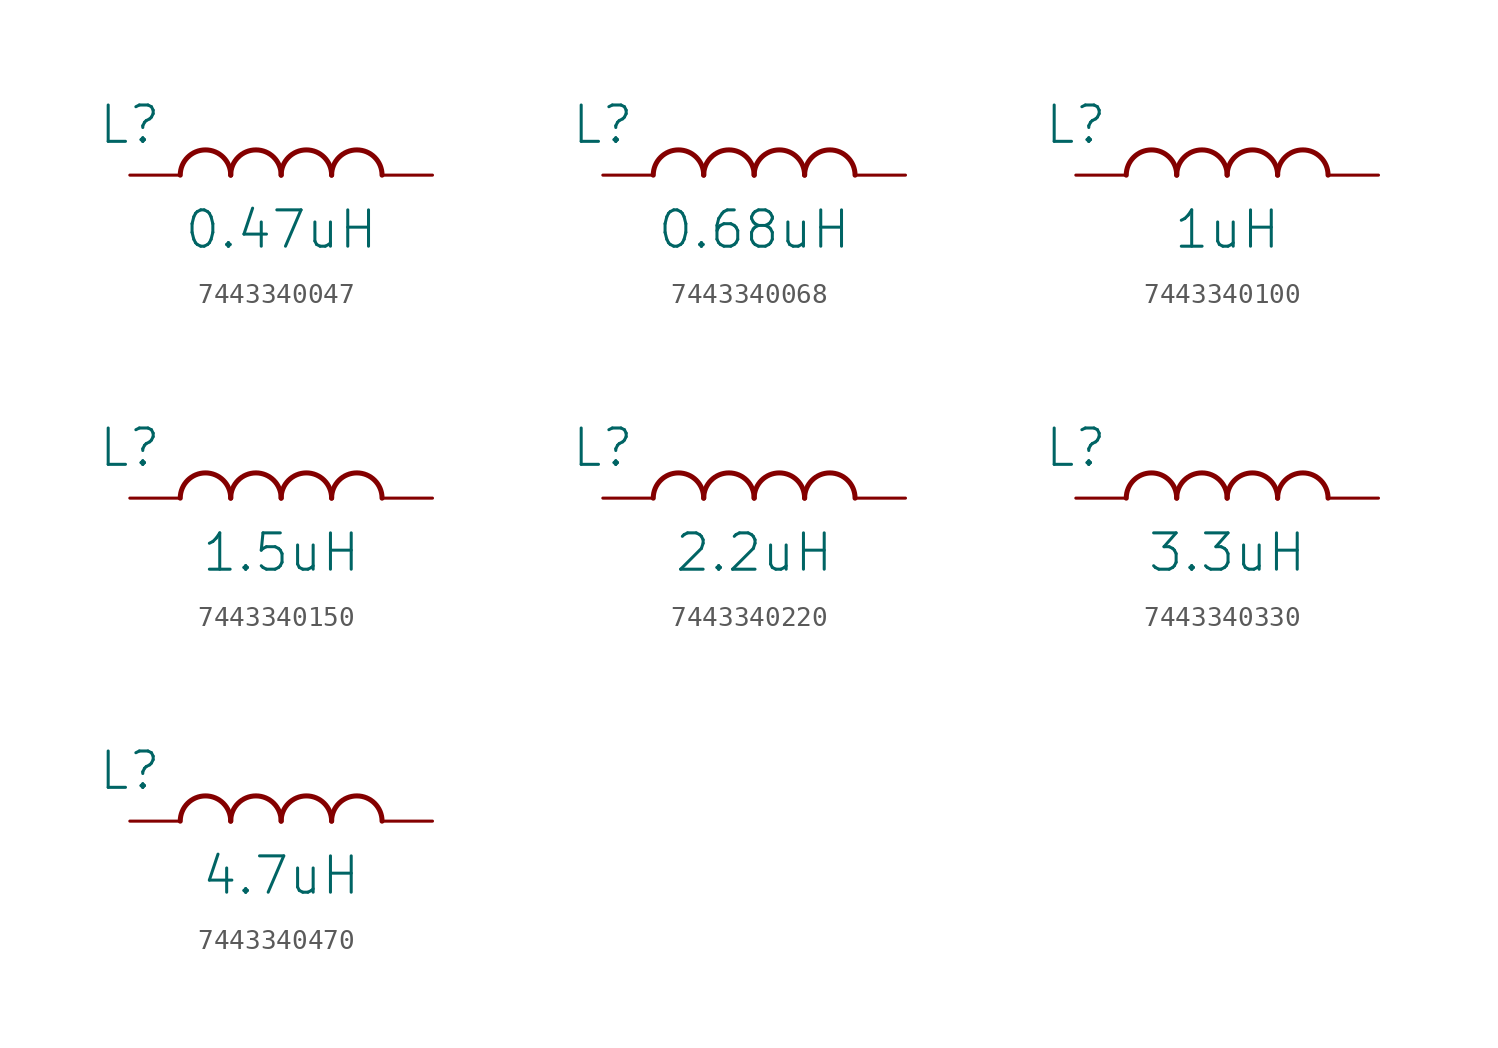
<source format=kicad_sym>
(kicad_symbol_lib
  (version 20231120)
  (generator "kicad_symbol_editor")
  (generator_version "8.0")
  (symbol "7443340047"
    (property "Reference" "L"
      (at 0 2.54 0)
      (effects (font (size 1.829 1.829))))
    (property "Value" "0.47uH"
      (at 7.62 -3.81 0)
      (effects (font (size 1.829 1.829)) (justify bottom)))
    (symbol "7443340047_1_0"
      (arc (start 5.08 0) (mid 3.81 1.27) (end 2.54 0) (stroke (width 0.254) (type solid)) (fill (type none)))
      (arc (start 7.62 0) (mid 6.35 1.27) (end 5.08 0) (stroke (width 0.254) (type solid)) (fill (type none)))
      (arc (start 10.16 0) (mid 8.89 1.27) (end 7.62 0) (stroke (width 0.254) (type solid)) (fill (type none)))
      (arc (start 12.7 0) (mid 11.43 1.27) (end 10.16 0) (stroke (width 0.254) (type solid)) (fill (type none)))
      (pin passive line (at 0 0 0) (length 2.54) (name "1" (effects (font (size 0 0)))) (number "1" (effects (font (size 0 0)))))
      (pin passive line (at 15.24 0 180) (length 2.54) (name "2" (effects (font (size 0 0)))) (number "2" (effects (font (size 0 0)))))))
  (symbol "7443340068"
    (property "Reference" "L"
      (at 0 2.54 0)
      (effects (font (size 1.829 1.829))))
    (property "Value" "0.68uH"
      (at 7.62 -3.81 0)
      (effects (font (size 1.829 1.829)) (justify bottom)))
    (symbol "7443340068_1_0"
      (arc (start 5.08 0) (mid 3.81 1.27) (end 2.54 0) (stroke (width 0.254) (type solid)) (fill (type none)))
      (arc (start 7.62 0) (mid 6.35 1.27) (end 5.08 0) (stroke (width 0.254) (type solid)) (fill (type none)))
      (arc (start 10.16 0) (mid 8.89 1.27) (end 7.62 0) (stroke (width 0.254) (type solid)) (fill (type none)))
      (arc (start 12.7 0) (mid 11.43 1.27) (end 10.16 0) (stroke (width 0.254) (type solid)) (fill (type none)))
      (pin passive line (at 0 0 0) (length 2.54) (name "1" (effects (font (size 0 0)))) (number "1" (effects (font (size 0 0)))))
      (pin passive line (at 15.24 0 180) (length 2.54) (name "2" (effects (font (size 0 0)))) (number "2" (effects (font (size 0 0)))))))
  (symbol "7443340100"
    (property "Reference" "L"
      (at 0 2.54 0)
      (effects (font (size 1.829 1.829))))
    (property "Value" "1uH"
      (at 7.62 -3.81 0)
      (effects (font (size 1.829 1.829)) (justify bottom)))
    (symbol "7443340100_1_0"
      (arc (start 5.08 0) (mid 3.81 1.27) (end 2.54 0) (stroke (width 0.254) (type solid)) (fill (type none)))
      (arc (start 7.62 0) (mid 6.35 1.27) (end 5.08 0) (stroke (width 0.254) (type solid)) (fill (type none)))
      (arc (start 10.16 0) (mid 8.89 1.27) (end 7.62 0) (stroke (width 0.254) (type solid)) (fill (type none)))
      (arc (start 12.7 0) (mid 11.43 1.27) (end 10.16 0) (stroke (width 0.254) (type solid)) (fill (type none)))
      (pin passive line (at 0 0 0) (length 2.54) (name "1" (effects (font (size 0 0)))) (number "1" (effects (font (size 0 0)))))
      (pin passive line (at 15.24 0 180) (length 2.54) (name "2" (effects (font (size 0 0)))) (number "2" (effects (font (size 0 0)))))))
  (symbol "7443340150"
    (property "Reference" "L"
      (at 0 2.54 0)
      (effects (font (size 1.829 1.829))))
    (property "Value" "1.5uH"
      (at 7.62 -3.81 0)
      (effects (font (size 1.829 1.829)) (justify bottom)))
    (symbol "7443340150_1_0"
      (arc (start 5.08 0) (mid 3.81 1.27) (end 2.54 0) (stroke (width 0.254) (type solid)) (fill (type none)))
      (arc (start 7.62 0) (mid 6.35 1.27) (end 5.08 0) (stroke (width 0.254) (type solid)) (fill (type none)))
      (arc (start 10.16 0) (mid 8.89 1.27) (end 7.62 0) (stroke (width 0.254) (type solid)) (fill (type none)))
      (arc (start 12.7 0) (mid 11.43 1.27) (end 10.16 0) (stroke (width 0.254) (type solid)) (fill (type none)))
      (pin passive line (at 0 0 0) (length 2.54) (name "1" (effects (font (size 0 0)))) (number "1" (effects (font (size 0 0)))))
      (pin passive line (at 15.24 0 180) (length 2.54) (name "2" (effects (font (size 0 0)))) (number "2" (effects (font (size 0 0)))))))
  (symbol "7443340220"
    (property "Reference" "L"
      (at 0 2.54 0)
      (effects (font (size 1.829 1.829))))
    (property "Value" "2.2uH"
      (at 7.62 -3.81 0)
      (effects (font (size 1.829 1.829)) (justify bottom)))
    (symbol "7443340220_1_0"
      (arc (start 5.08 0) (mid 3.81 1.27) (end 2.54 0) (stroke (width 0.254) (type solid)) (fill (type none)))
      (arc (start 7.62 0) (mid 6.35 1.27) (end 5.08 0) (stroke (width 0.254) (type solid)) (fill (type none)))
      (arc (start 10.16 0) (mid 8.89 1.27) (end 7.62 0) (stroke (width 0.254) (type solid)) (fill (type none)))
      (arc (start 12.7 0) (mid 11.43 1.27) (end 10.16 0) (stroke (width 0.254) (type solid)) (fill (type none)))
      (pin passive line (at 0 0 0) (length 2.54) (name "1" (effects (font (size 0 0)))) (number "1" (effects (font (size 0 0)))))
      (pin passive line (at 15.24 0 180) (length 2.54) (name "2" (effects (font (size 0 0)))) (number "2" (effects (font (size 0 0)))))))
  (symbol "7443340330"
    (property "Reference" "L"
      (at 0 2.54 0)
      (effects (font (size 1.829 1.829))))
    (property "Value" "3.3uH"
      (at 7.62 -3.81 0)
      (effects (font (size 1.829 1.829)) (justify bottom)))
    (symbol "7443340330_1_0"
      (arc (start 5.08 0) (mid 3.81 1.27) (end 2.54 0) (stroke (width 0.254) (type solid)) (fill (type none)))
      (arc (start 7.62 0) (mid 6.35 1.27) (end 5.08 0) (stroke (width 0.254) (type solid)) (fill (type none)))
      (arc (start 10.16 0) (mid 8.89 1.27) (end 7.62 0) (stroke (width 0.254) (type solid)) (fill (type none)))
      (arc (start 12.7 0) (mid 11.43 1.27) (end 10.16 0) (stroke (width 0.254) (type solid)) (fill (type none)))
      (pin passive line (at 0 0 0) (length 2.54) (name "1" (effects (font (size 0 0)))) (number "1" (effects (font (size 0 0)))))
      (pin passive line (at 15.24 0 180) (length 2.54) (name "2" (effects (font (size 0 0)))) (number "2" (effects (font (size 0 0)))))))
  (symbol "7443340470"
    (property "Reference" "L"
      (at 0 2.54 0)
      (effects (font (size 1.829 1.829))))
    (property "Value" "4.7uH"
      (at 7.62 -3.81 0)
      (effects (font (size 1.829 1.829)) (justify bottom)))
    (symbol "7443340470_1_0"
      (arc (start 5.08 0) (mid 3.81 1.27) (end 2.54 0) (stroke (width 0.254) (type solid)) (fill (type none)))
      (arc (start 7.62 0) (mid 6.35 1.27) (end 5.08 0) (stroke (width 0.254) (type solid)) (fill (type none)))
      (arc (start 10.16 0) (mid 8.89 1.27) (end 7.62 0) (stroke (width 0.254) (type solid)) (fill (type none)))
      (arc (start 12.7 0) (mid 11.43 1.27) (end 10.16 0) (stroke (width 0.254) (type solid)) (fill (type none)))
      (pin passive line (at 0 0 0) (length 2.54) (name "1" (effects (font (size 0 0)))) (number "1" (effects (font (size 0 0)))))
      (pin passive line (at 15.24 0 180) (length 2.54) (name "2" (effects (font (size 0 0)))) (number "2" (effects (font (size 0 0))))))))
</source>
